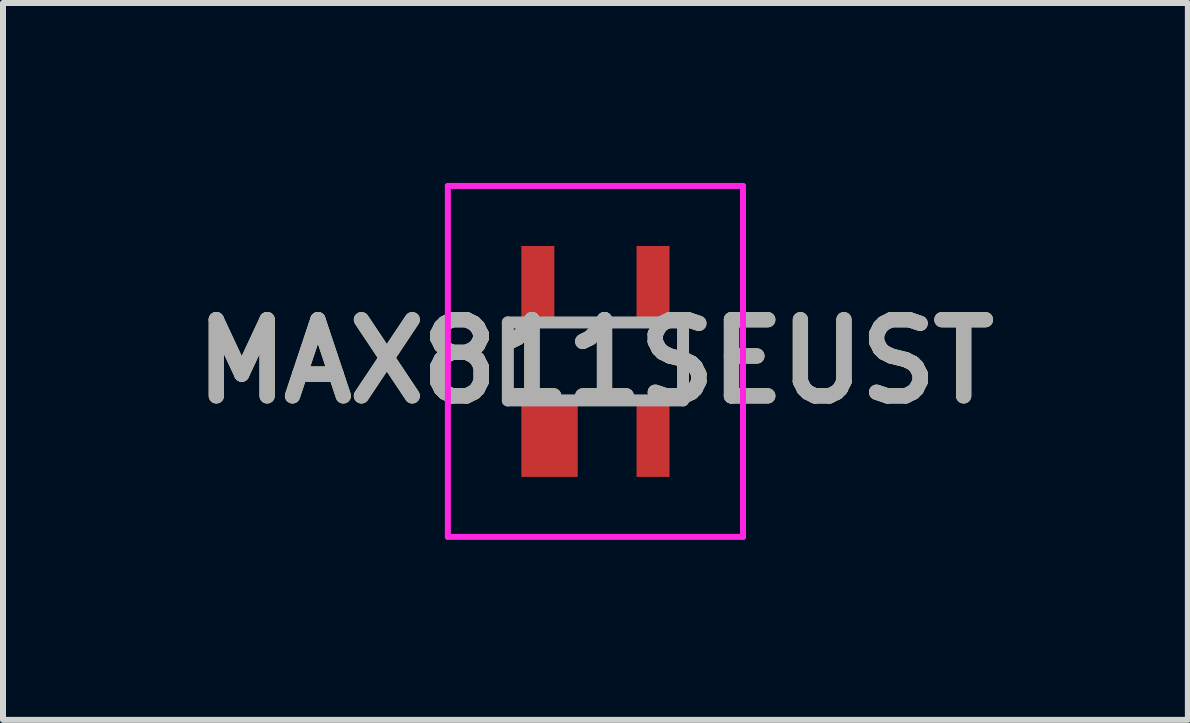
<source format=kicad_pcb>
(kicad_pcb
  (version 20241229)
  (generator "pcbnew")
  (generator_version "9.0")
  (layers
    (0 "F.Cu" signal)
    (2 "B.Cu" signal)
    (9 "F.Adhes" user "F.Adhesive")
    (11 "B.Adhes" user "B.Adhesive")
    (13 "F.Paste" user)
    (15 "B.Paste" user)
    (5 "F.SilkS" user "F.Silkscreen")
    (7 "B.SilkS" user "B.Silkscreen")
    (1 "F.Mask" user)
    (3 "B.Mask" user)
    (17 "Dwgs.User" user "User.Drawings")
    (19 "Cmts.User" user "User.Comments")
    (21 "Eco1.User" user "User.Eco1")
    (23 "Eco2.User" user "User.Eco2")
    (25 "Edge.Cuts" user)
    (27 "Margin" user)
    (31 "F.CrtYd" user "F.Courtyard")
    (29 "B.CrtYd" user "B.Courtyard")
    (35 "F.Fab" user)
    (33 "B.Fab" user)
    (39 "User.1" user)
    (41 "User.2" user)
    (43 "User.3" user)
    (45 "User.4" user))
  (footprint "MAX811SEUST"
    (layer "F.Cu")
    (at 6.876 2.975)
    (property "Reference" "MAX811SEUST" (at 0 0 0) (layer "F.SilkS") (effects (font (size 1.27 1.27) (thickness 0.254))))
    (attr smd)
    (fp_line (start -1.46 0.65) (end -1.46 -0.65) (stroke (width 0.1) (type solid)) (layer "F.SilkS"))
    (fp_line (start 1.46 0.65) (end 1.46 -0.65) (stroke (width 0.1) (type solid)) (layer "F.SilkS"))
    (fp_line (start -2.46 -2.925) (end 2.46 -2.925) (stroke (width 0.1) (type solid)) (layer "F.CrtYd"))
    (fp_line (start -2.46 2.925) (end -2.46 -2.925) (stroke (width 0.1) (type solid)) (layer "F.CrtYd"))
    (fp_line (start 2.46 -2.925) (end 2.46 2.925) (stroke (width 0.1) (type solid)) (layer "F.CrtYd"))
    (fp_line (start 2.46 2.925) (end -2.46 2.925) (stroke (width 0.1) (type solid)) (layer "F.CrtYd"))
    (fp_line (start -1.46 -0.65) (end 1.46 -0.65) (stroke (width 0.2) (type solid)) (layer "F.Fab"))
    (fp_line (start -1.46 0.65) (end -1.46 -0.65) (stroke (width 0.2) (type solid)) (layer "F.Fab"))
    (fp_line (start 1.46 -0.65) (end 1.46 0.65) (stroke (width 0.2) (type solid)) (layer "F.Fab"))
    (fp_line (start 1.46 0.65) (end -1.46 0.65) (stroke (width 0.2) (type solid)) (layer "F.Fab"))
    (fp_text user "${REFERENCE}" (at 0 0 0) (layer "F.Fab") (effects (font (size 1.27 1.27) (thickness 0.254))))
    (pad "1" smd rect (at -0.765 1.27) (size 0.94 1.31) (layers "F.Cu" "F.Mask" "F.Paste"))
    (pad "2" smd rect (at 0.96 1.27) (size 0.55 1.31) (layers "F.Cu" "F.Mask" "F.Paste"))
    (pad "3" smd rect (at 0.96 -1.27) (size 0.55 1.31) (layers "F.Cu" "F.Mask" "F.Paste"))
    (pad "4" smd rect (at -0.96 -1.27) (size 0.55 1.31) (layers "F.Cu" "F.Mask" "F.Paste")))
  (gr_rect
    (start -3 -3)
    (end 16.752 8.95)
    (stroke (width 0.1) (type default))
    (fill no)
    (layer "Edge.Cuts")))
</source>
